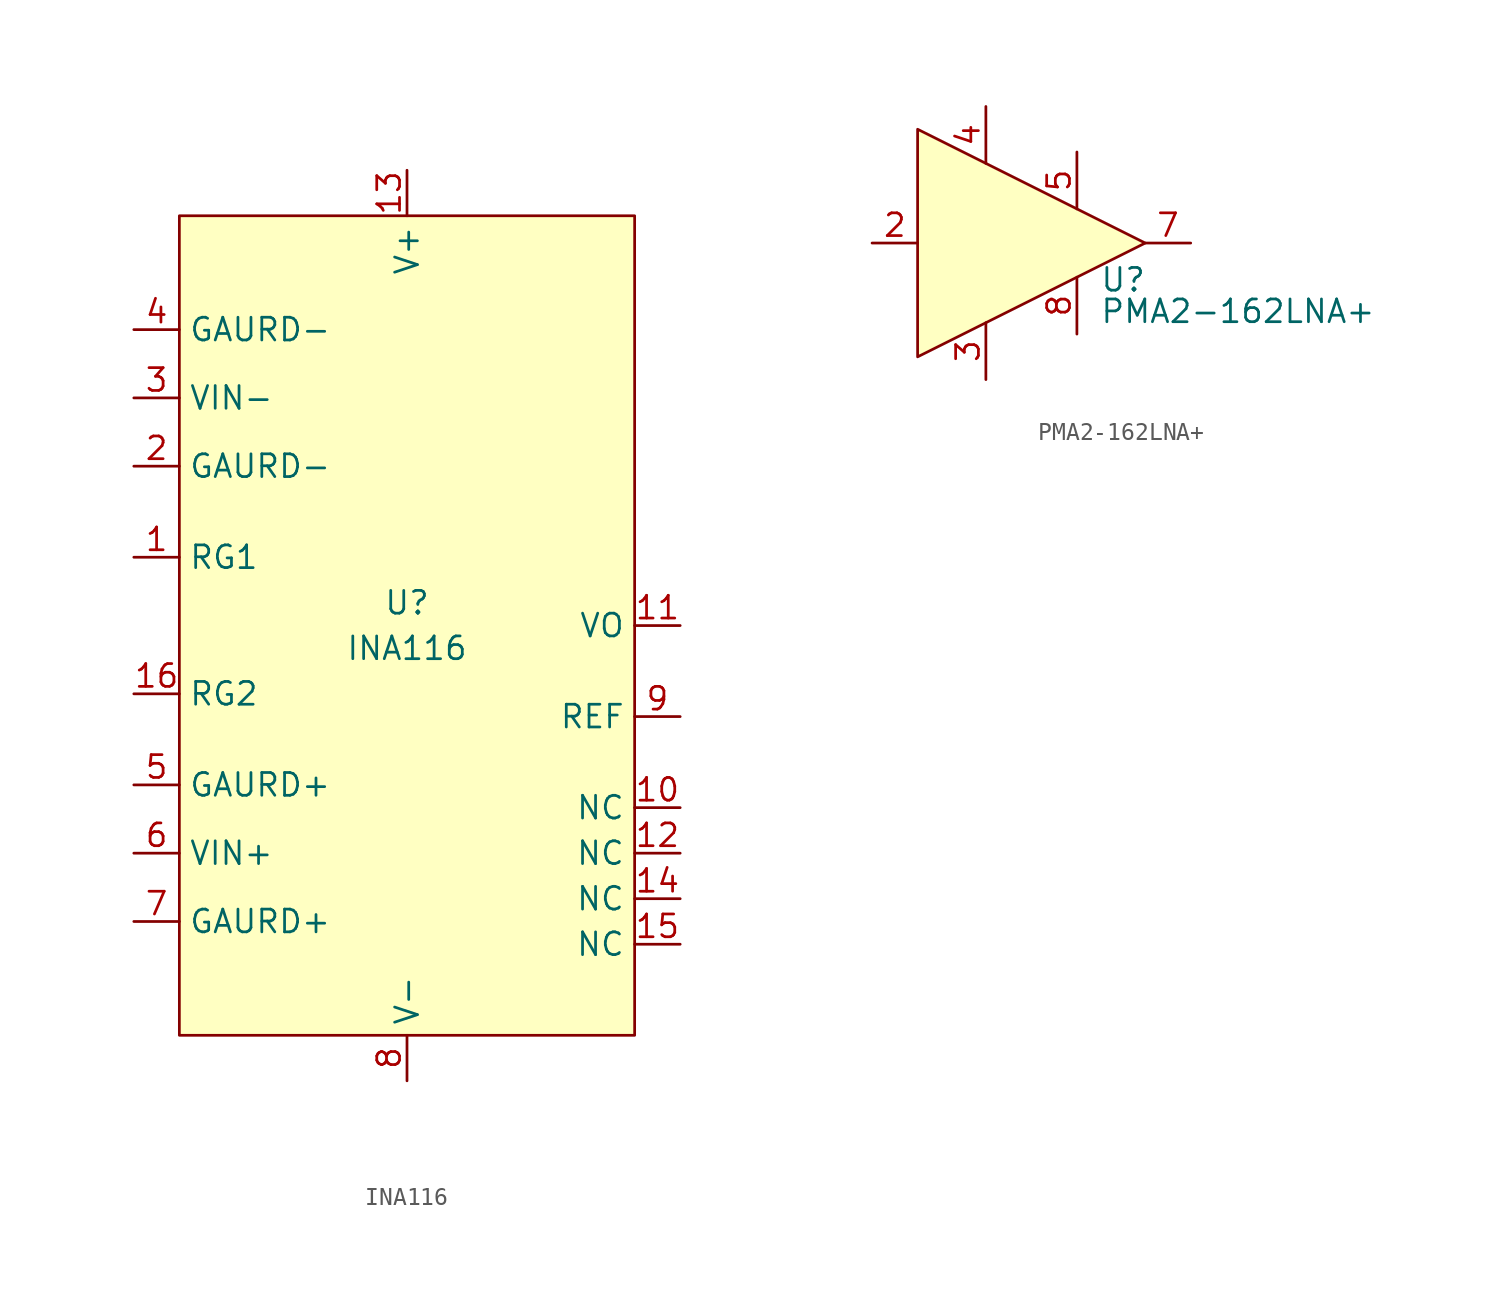
<source format=kicad_sym>
(kicad_symbol_lib
  (version 20241209)
  (generator "kicad_symbol_editor")
  (generator_version "9.0")
  (symbol "INA116"
    (property "Reference" "U"
      (at 0 1.27 0)
      (do_not_autoplace)
      (effects (font (size 1.27 1.27))))
    (property "Value" "INA116"
      (at 0 -1.27 0)
      (do_not_autoplace)
      (effects (font (size 1.27 1.27))))
    (symbol "INA116_0_0"
      (pin passive line (at -15.24 16.51 0) (length 2.54) (name "GAURD-" (effects (font (size 1.27 1.27)))) (number "4" (effects (font (size 1.27 1.27)))))
      (pin power_in line (at -15.24 12.7 0) (length 2.54) (name "VIN-" (effects (font (size 1.27 1.27)))) (number "3" (effects (font (size 1.27 1.27)))))
      (pin passive line (at -15.24 8.89 0) (length 2.54) (name "GAURD-" (effects (font (size 1.27 1.27)))) (number "2" (effects (font (size 1.27 1.27)))))
      (pin passive line (at -15.24 3.81 0) (length 2.54) (name "RG1" (effects (font (size 1.27 1.27)))) (number "1" (effects (font (size 1.27 1.27)))))
      (pin passive line (at -15.24 -3.81 0) (length 2.54) (name "RG2" (effects (font (size 1.27 1.27)))) (number "16" (effects (font (size 1.27 1.27)))))
      (pin passive line (at -15.24 -8.89 0) (length 2.54) (name "GAURD+" (effects (font (size 1.27 1.27)))) (number "5" (effects (font (size 1.27 1.27)))))
      (pin power_in line (at -15.24 -12.7 0) (length 2.54) (name "VIN+" (effects (font (size 1.27 1.27)))) (number "6" (effects (font (size 1.27 1.27)))))
      (pin passive line (at -15.24 -16.51 0) (length 2.54) (name "GAURD+" (effects (font (size 1.27 1.27)))) (number "7" (effects (font (size 1.27 1.27)))))
      (pin power_in line (at 0 25.4 270) (length 2.54) (name "V+" (effects (font (size 1.27 1.27)))) (number "13" (effects (font (size 1.27 1.27)))))
      (pin power_in line (at 0 -25.4 90) (length 2.54) (name "V-" (effects (font (size 1.27 1.27)))) (number "8" (effects (font (size 1.27 1.27)))))
      (pin power_out line (at 15.24 0 180) (length 2.54) (name "VO" (effects (font (size 1.27 1.27)))) (number "11" (effects (font (size 1.27 1.27)))))
      (pin passive line (at 15.24 -5.08 180) (length 2.54) (name "REF" (effects (font (size 1.27 1.27)))) (number "9" (effects (font (size 1.27 1.27)))))
      (pin passive line (at 15.24 -10.16 180) (length 2.54) (name "NC" (effects (font (size 1.27 1.27)))) (number "10" (effects (font (size 1.27 1.27)))))
      (pin passive line (at 15.24 -12.7 180) (length 2.54) (name "NC" (effects (font (size 1.27 1.27)))) (number "12" (effects (font (size 1.27 1.27)))))
      (pin passive line (at 15.24 -15.24 180) (length 2.54) (name "NC" (effects (font (size 1.27 1.27)))) (number "14" (effects (font (size 1.27 1.27)))))
      (pin passive line (at 15.24 -17.78 180) (length 2.54) (name "NC" (effects (font (size 1.27 1.27)))) (number "15" (effects (font (size 1.27 1.27))))))
    (symbol "INA116_1_1"
      (rectangle (start -12.7 22.86) (end 12.7 -22.86) (stroke (width 0) (type solid)) (fill (type background)))))
  (symbol "PMA2-162LNA+"
    (pin_names
      (hide yes))
    (property "Reference" "U"
      (at 3.81 -2.794 0)
      (do_not_autoplace)
      (effects (font (size 1.27 1.27)) (justify left bottom)))
    (property "Value" "PMA2-162LNA+"
      (at 3.81 -3.81 0)
      (do_not_autoplace)
      (effects (font (size 1.27 1.27)) (justify left)))
    (symbol "PMA2-162LNA+_1_0"
      (pin input line (at -8.89 0 0) (length 2.54) (name "RF-IN" (effects (font (size 1.27 1.27)))) (number "2" (effects (font (size 1.27 1.27)))))
      (pin input line (at -2.54 7.62 270) (length 3.175) (name "BIAS" (effects (font (size 1.27 1.27)))) (number "4" (effects (font (size 1.27 1.27)))))
      (pin passive line (at -2.54 -7.62 90) (length 3.175) (name "RF-GND" (effects (font (size 1.27 1.27)))) (number "3" (effects (font (size 1.27 1.27)))))
      (pin input line (at 2.54 5.08 270) (length 3.175) (name "FB" (effects (font (size 1.27 1.27)))) (number "5" (effects (font (size 1.27 1.27)))))
      (pin passive line (at 2.54 -5.08 90) (length 3.175) (hide yes) (name "NC" (effects (font (size 1.27 1.27)))) (number "1" (effects (font (size 1.27 1.27)))))
      (pin passive line (at 2.54 -5.08 90) (length 3.175) (hide yes) (name "NC" (effects (font (size 1.27 1.27)))) (number "6" (effects (font (size 1.27 1.27)))))
      (pin passive line (at 2.54 -5.08 90) (length 3.175) (name "GND" (effects (font (size 1.27 1.27)))) (number "8" (effects (font (size 1.27 1.27)))))
      (pin passive line (at 2.54 -5.08 90) (length 3.175) (hide yes) (name "GND" (effects (font (size 1.27 1.27)))) (number "9" (effects (font (size 1.27 1.27)))))
      (pin output line (at 8.89 0 180) (length 2.54) (name "RF-OUT" (effects (font (size 1.27 1.27)))) (number "7" (effects (font (size 1.27 1.27))))))
    (symbol "PMA2-162LNA+_1_1"
      (polyline (pts (xy -6.35 6.35) (xy -6.35 -6.35) (xy 6.35 0) (xy -6.35 6.35)) (stroke (width 0) (type default)) (fill (type background))))))
</source>
